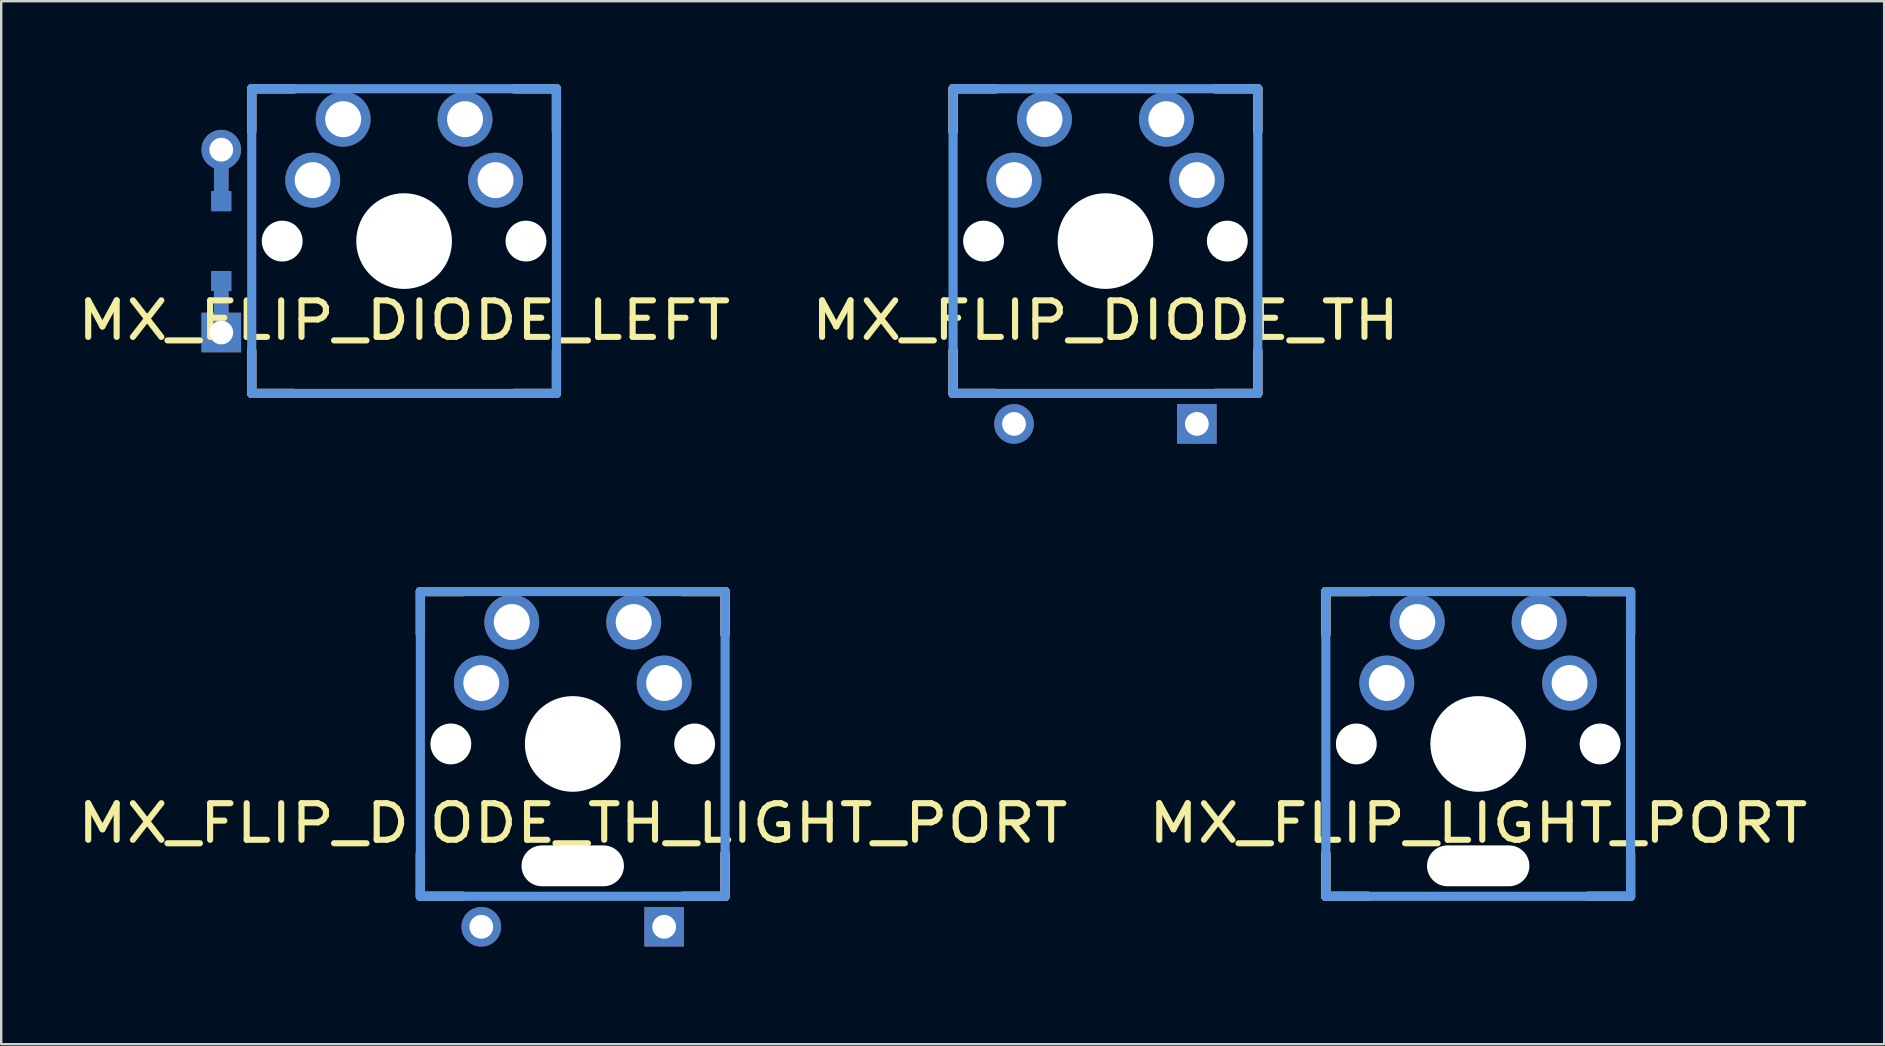
<source format=kicad_pcb>
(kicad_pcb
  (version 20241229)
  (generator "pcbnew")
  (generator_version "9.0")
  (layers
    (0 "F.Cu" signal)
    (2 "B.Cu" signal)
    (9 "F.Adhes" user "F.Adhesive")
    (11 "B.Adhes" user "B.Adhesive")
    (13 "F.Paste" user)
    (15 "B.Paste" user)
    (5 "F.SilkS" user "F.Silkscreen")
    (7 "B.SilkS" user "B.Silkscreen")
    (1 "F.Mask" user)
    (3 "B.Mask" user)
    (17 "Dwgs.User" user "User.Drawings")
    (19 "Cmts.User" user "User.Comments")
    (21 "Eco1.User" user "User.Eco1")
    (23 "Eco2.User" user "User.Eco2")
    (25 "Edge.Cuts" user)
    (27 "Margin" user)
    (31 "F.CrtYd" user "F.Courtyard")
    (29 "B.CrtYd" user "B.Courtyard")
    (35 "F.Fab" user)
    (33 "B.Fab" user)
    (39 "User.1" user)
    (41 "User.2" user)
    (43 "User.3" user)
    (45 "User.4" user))
  (footprint "MX_FLIP_LIGHT_PORT"
    (layer "F.Cu")
    (at 58.558 27.956)
    (property "Reference" "MX_FLIP_LIGHT_PORT" (at 0 3.302 0) (layer "F.SilkS") (effects (font (size 1.524 1.778) (thickness 0.254))))
    (attr through_hole)
    (fp_line (start -6.35 -6.35) (end -4.572 -6.35) (stroke (width 0.381) (type solid)) (layer "F.SilkS"))
    (fp_line (start -6.35 -4.572) (end -6.35 -6.35) (stroke (width 0.381) (type solid)) (layer "F.SilkS"))
    (fp_line (start -6.35 6.35) (end -6.35 4.572) (stroke (width 0.381) (type solid)) (layer "F.SilkS"))
    (fp_line (start -4.572 6.35) (end -6.35 6.35) (stroke (width 0.381) (type solid)) (layer "F.SilkS"))
    (fp_line (start 4.572 -6.35) (end 6.35 -6.35) (stroke (width 0.381) (type solid)) (layer "F.SilkS"))
    (fp_line (start 6.35 -6.35) (end 6.35 -4.572) (stroke (width 0.381) (type solid)) (layer "F.SilkS"))
    (fp_line (start 6.35 4.572) (end 6.35 6.35) (stroke (width 0.381) (type solid)) (layer "F.SilkS"))
    (fp_line (start 6.35 6.35) (end 4.572 6.35) (stroke (width 0.381) (type solid)) (layer "F.SilkS"))
    (fp_line (start -6.35 -6.35) (end -4.572 -6.35) (stroke (width 0.381) (type solid)) (layer "B.SilkS"))
    (fp_line (start -6.35 -4.572) (end -6.35 -6.35) (stroke (width 0.381) (type solid)) (layer "B.SilkS"))
    (fp_line (start -6.35 6.35) (end -6.35 4.572) (stroke (width 0.381) (type solid)) (layer "B.SilkS"))
    (fp_line (start -4.572 6.35) (end -6.35 6.35) (stroke (width 0.381) (type solid)) (layer "B.SilkS"))
    (fp_line (start 4.572 -6.35) (end 6.35 -6.35) (stroke (width 0.381) (type solid)) (layer "B.SilkS"))
    (fp_line (start 6.35 -6.35) (end 6.35 -4.572) (stroke (width 0.381) (type solid)) (layer "B.SilkS"))
    (fp_line (start 6.35 4.572) (end 6.35 6.35) (stroke (width 0.381) (type solid)) (layer "B.SilkS"))
    (fp_line (start 6.35 6.35) (end 4.572 6.35) (stroke (width 0.381) (type solid)) (layer "B.SilkS"))
    (fp_line (start -6.35 -6.35) (end 6.35 -6.35) (stroke (width 0.381) (type solid)) (layer "Cmts.User"))
    (fp_line (start -6.35 6.35) (end -6.35 -6.35) (stroke (width 0.381) (type solid)) (layer "Cmts.User"))
    (fp_line (start 6.35 -6.35) (end 6.35 6.35) (stroke (width 0.381) (type solid)) (layer "Cmts.User"))
    (fp_line (start 6.35 6.35) (end -6.35 6.35) (stroke (width 0.381) (type solid)) (layer "Cmts.User"))
    (fp_line (start -9.5 -9.5) (end 9.5 -9.5) (stroke (width 0.025) (type solid)) (layer "Eco2.User"))
    (fp_line (start -9.5 9.5) (end -9.5 -9.5) (stroke (width 0.025) (type solid)) (layer "Eco2.User"))
    (fp_line (start -7 -7) (end -7 7) (stroke (width 0.025) (type solid)) (layer "Eco2.User"))
    (fp_line (start -7 -7) (end 7 -7) (stroke (width 0.025) (type solid)) (layer "Eco2.User"))
    (fp_line (start 7 -7) (end 7 7) (stroke (width 0.025) (type solid)) (layer "Eco2.User"))
    (fp_line (start 7 7) (end -7 7) (stroke (width 0.025) (type solid)) (layer "Eco2.User"))
    (fp_line (start 9.5 -9.5) (end 9.5 9.5) (stroke (width 0.025) (type solid)) (layer "Eco2.User"))
    (fp_line (start 9.5 9.5) (end -9.5 9.5) (stroke (width 0.025) (type solid)) (layer "Eco2.User"))
    (pad "" np_thru_hole circle (at -5.08 0) (size 1.702 1.702) (drill 1.702) (layers "*.Cu" "*.Mask"))
    (pad "" np_thru_hole circle (at 0 0) (size 3.988 3.988) (drill 3.988) (layers "*.Cu" "*.Mask"))
    (pad "" np_thru_hole oval (at 0 5.08) (size 4.267 1.702) (drill oval 4.267 1.702) (layers "*.Cu" "*.Mask"))
    (pad "" np_thru_hole circle (at 5.08 0) (size 1.702 1.702) (drill 1.702) (layers "*.Cu" "*.Mask"))
    (pad "1" thru_hole circle (at 2.54 -5.08) (size 2.286 2.286) (drill 1.499) (layers "*.Cu" "*.Mask"))
    (pad "1" thru_hole circle (at 3.81 -2.54) (size 2.286 2.286) (drill 1.499) (layers "*.Cu" "*.Mask"))
    (pad "2" thru_hole circle (at -3.81 -2.54) (size 2.286 2.286) (drill 1.499) (layers "*.Cu" "*.Mask"))
    (pad "2" thru_hole circle (at -2.54 -5.08) (size 2.286 2.286) (drill 1.499) (layers "*.Cu" "*.Mask")))
  (footprint "MX_FLIP_DIODE_LEFT"
    (layer "F.Cu")
    (at 13.792 6.998)
    (property "Reference" "MX_FLIP_DIODE_LEFT" (at 0 3.302 0) (layer "F.SilkS") (effects (font (size 1.524 1.778) (thickness 0.254))))
    (attr through_hole)
    (fp_line (start -7.62 -3.81) (end -7.62 -1.664) (stroke (width 0.61) (type solid)) (layer "F.Cu"))
    (fp_line (start -7.62 1.664) (end -7.62 3.81) (stroke (width 0.61) (type solid)) (layer "F.Cu"))
    (fp_line (start -7.62 -3.81) (end -7.62 -1.664) (stroke (width 0.61) (type solid)) (layer "B.Cu"))
    (fp_line (start -7.62 1.664) (end -7.62 3.81) (stroke (width 0.61) (type solid)) (layer "B.Cu"))
    (fp_line (start -6.35 -6.35) (end -4.572 -6.35) (stroke (width 0.381) (type solid)) (layer "F.SilkS"))
    (fp_line (start -6.35 -4.572) (end -6.35 -6.35) (stroke (width 0.381) (type solid)) (layer "F.SilkS"))
    (fp_line (start -6.35 6.35) (end -6.35 4.572) (stroke (width 0.381) (type solid)) (layer "F.SilkS"))
    (fp_line (start -4.572 6.35) (end -6.35 6.35) (stroke (width 0.381) (type solid)) (layer "F.SilkS"))
    (fp_line (start 4.572 -6.35) (end 6.35 -6.35) (stroke (width 0.381) (type solid)) (layer "F.SilkS"))
    (fp_line (start 6.35 -6.35) (end 6.35 -4.572) (stroke (width 0.381) (type solid)) (layer "F.SilkS"))
    (fp_line (start 6.35 4.572) (end 6.35 6.35) (stroke (width 0.381) (type solid)) (layer "F.SilkS"))
    (fp_line (start 6.35 6.35) (end 4.572 6.35) (stroke (width 0.381) (type solid)) (layer "F.SilkS"))
    (fp_line (start -6.35 -6.35) (end -4.572 -6.35) (stroke (width 0.381) (type solid)) (layer "B.SilkS"))
    (fp_line (start -6.35 -4.572) (end -6.35 -6.35) (stroke (width 0.381) (type solid)) (layer "B.SilkS"))
    (fp_line (start -6.35 6.35) (end -6.35 4.572) (stroke (width 0.381) (type solid)) (layer "B.SilkS"))
    (fp_line (start -4.572 6.35) (end -6.35 6.35) (stroke (width 0.381) (type solid)) (layer "B.SilkS"))
    (fp_line (start 4.572 -6.35) (end 6.35 -6.35) (stroke (width 0.381) (type solid)) (layer "B.SilkS"))
    (fp_line (start 6.35 -6.35) (end 6.35 -4.572) (stroke (width 0.381) (type solid)) (layer "B.SilkS"))
    (fp_line (start 6.35 4.572) (end 6.35 6.35) (stroke (width 0.381) (type solid)) (layer "B.SilkS"))
    (fp_line (start 6.35 6.35) (end 4.572 6.35) (stroke (width 0.381) (type solid)) (layer "B.SilkS"))
    (fp_line (start -6.35 -6.35) (end 6.35 -6.35) (stroke (width 0.381) (type solid)) (layer "Cmts.User"))
    (fp_line (start -6.35 6.35) (end -6.35 -6.35) (stroke (width 0.381) (type solid)) (layer "Cmts.User"))
    (fp_line (start 6.35 -6.35) (end 6.35 6.35) (stroke (width 0.381) (type solid)) (layer "Cmts.User"))
    (fp_line (start 6.35 6.35) (end -6.35 6.35) (stroke (width 0.381) (type solid)) (layer "Cmts.User"))
    (fp_line (start -6.985 -6.985) (end 6.985 -6.985) (stroke (width 0.025) (type solid)) (layer "Eco2.User"))
    (fp_line (start -6.985 6.985) (end -6.985 -6.985) (stroke (width 0.025) (type solid)) (layer "Eco2.User"))
    (fp_line (start 6.985 -6.985) (end 6.985 6.985) (stroke (width 0.025) (type solid)) (layer "Eco2.User"))
    (fp_line (start 6.985 6.985) (end -6.985 6.985) (stroke (width 0.025) (type solid)) (layer "Eco2.User"))
    (pad "" np_thru_hole circle (at -5.08 0) (size 1.702 1.702) (drill 1.702) (layers "*.Cu" "*.Mask"))
    (pad "" np_thru_hole circle (at 0 0) (size 3.988 3.988) (drill 3.988) (layers "*.Cu" "*.Mask"))
    (pad "" np_thru_hole circle (at 5.08 0) (size 1.702 1.702) (drill 1.702) (layers "*.Cu" "*.Mask"))
    (pad "1" thru_hole circle (at 2.54 -5.08) (size 2.286 2.286) (drill 1.499) (layers "*.Cu" "*.Mask"))
    (pad "1" thru_hole circle (at 3.81 -2.54) (size 2.286 2.286) (drill 1.499) (layers "*.Cu" "*.Mask"))
    (pad "2" thru_hole circle (at -3.81 -2.54) (size 2.286 2.286) (drill 1.499) (layers "*.Cu" "*.Mask"))
    (pad "2" thru_hole circle (at -2.54 -5.08) (size 2.286 2.286) (drill 1.499) (layers "*.Cu" "*.Mask"))
    (pad "3" thru_hole circle (at -7.62 -3.81 270) (size 1.651 1.651) (drill 0.991) (layers "*.Cu" "*.Mask"))
    (pad "4" thru_hole rect (at -7.62 3.81 270) (size 1.651 1.651) (drill 0.991) (layers "*.Cu" "*.Mask"))
    (pad "99" smd rect (at -7.62 -1.664 270) (size 0.838 0.838) (layers "F.Cu" "F.Mask" "F.Paste"))
    (pad "99" smd rect (at -7.62 -1.664 270) (size 0.838 0.838) (layers "B.Cu" "B.Mask" "B.Paste"))
    (pad "99" smd rect (at -7.62 1.664 270) (size 0.838 0.838) (layers "F.Cu" "F.Mask" "F.Paste"))
    (pad "99" smd rect (at -7.62 1.664 270) (size 0.838 0.838) (layers "B.Cu" "B.Mask" "B.Paste")))
  (footprint "MX_FLIP_DIODE_TH"
    (layer "F.Cu")
    (at 43.022 6.998)
    (property "Reference" "MX_FLIP_DIODE_TH" (at 0 3.302 0) (layer "F.SilkS") (effects (font (size 1.524 1.778) (thickness 0.254))))
    (attr through_hole)
    (fp_line (start -6.35 -6.35) (end -4.572 -6.35) (stroke (width 0.381) (type solid)) (layer "F.SilkS"))
    (fp_line (start -6.35 -4.572) (end -6.35 -6.35) (stroke (width 0.381) (type solid)) (layer "F.SilkS"))
    (fp_line (start -6.35 6.35) (end -6.35 4.572) (stroke (width 0.381) (type solid)) (layer "F.SilkS"))
    (fp_line (start -4.572 6.35) (end -6.35 6.35) (stroke (width 0.381) (type solid)) (layer "F.SilkS"))
    (fp_line (start 4.572 -6.35) (end 6.35 -6.35) (stroke (width 0.381) (type solid)) (layer "F.SilkS"))
    (fp_line (start 6.35 -6.35) (end 6.35 -4.572) (stroke (width 0.381) (type solid)) (layer "F.SilkS"))
    (fp_line (start 6.35 4.572) (end 6.35 6.35) (stroke (width 0.381) (type solid)) (layer "F.SilkS"))
    (fp_line (start 6.35 6.35) (end 4.572 6.35) (stroke (width 0.381) (type solid)) (layer "F.SilkS"))
    (fp_line (start -6.35 -6.35) (end -4.572 -6.35) (stroke (width 0.381) (type solid)) (layer "B.SilkS"))
    (fp_line (start -6.35 -4.572) (end -6.35 -6.35) (stroke (width 0.381) (type solid)) (layer "B.SilkS"))
    (fp_line (start -6.35 6.35) (end -6.35 4.572) (stroke (width 0.381) (type solid)) (layer "B.SilkS"))
    (fp_line (start -4.572 6.35) (end -6.35 6.35) (stroke (width 0.381) (type solid)) (layer "B.SilkS"))
    (fp_line (start 4.572 -6.35) (end 6.35 -6.35) (stroke (width 0.381) (type solid)) (layer "B.SilkS"))
    (fp_line (start 6.35 -6.35) (end 6.35 -4.572) (stroke (width 0.381) (type solid)) (layer "B.SilkS"))
    (fp_line (start 6.35 4.572) (end 6.35 6.35) (stroke (width 0.381) (type solid)) (layer "B.SilkS"))
    (fp_line (start 6.35 6.35) (end 4.572 6.35) (stroke (width 0.381) (type solid)) (layer "B.SilkS"))
    (fp_line (start -6.35 -6.35) (end 6.35 -6.35) (stroke (width 0.381) (type solid)) (layer "Cmts.User"))
    (fp_line (start -6.35 6.35) (end -6.35 -6.35) (stroke (width 0.381) (type solid)) (layer "Cmts.User"))
    (fp_line (start 6.35 -6.35) (end 6.35 6.35) (stroke (width 0.381) (type solid)) (layer "Cmts.User"))
    (fp_line (start 6.35 6.35) (end -6.35 6.35) (stroke (width 0.381) (type solid)) (layer "Cmts.User"))
    (fp_line (start -7.798 -6.005) (end -6.985 -6.005) (stroke (width 0.152) (type solid)) (layer "Eco2.User"))
    (fp_line (start -7.798 -2.504) (end -7.798 -6.005) (stroke (width 0.152) (type solid)) (layer "Eco2.User"))
    (fp_line (start -7.798 2.504) (end -6.985 2.504) (stroke (width 0.152) (type solid)) (layer "Eco2.User"))
    (fp_line (start -7.798 6.005) (end -7.798 2.504) (stroke (width 0.152) (type solid)) (layer "Eco2.User"))
    (fp_line (start -6.985 -6.985) (end 6.985 -6.985) (stroke (width 0.025) (type solid)) (layer "Eco2.User"))
    (fp_line (start -6.985 -6.005) (end -6.985 -6.985) (stroke (width 0.025) (type solid)) (layer "Eco2.User"))
    (fp_line (start -6.985 -2.504) (end -7.798 -2.504) (stroke (width 0.152) (type solid)) (layer "Eco2.User"))
    (fp_line (start -6.985 2.504) (end -6.985 -2.504) (stroke (width 0.152) (type solid)) (layer "Eco2.User"))
    (fp_line (start -6.985 6.005) (end -7.798 6.005) (stroke (width 0.152) (type solid)) (layer "Eco2.User"))
    (fp_line (start -6.985 6.985) (end -6.985 6.005) (stroke (width 0.025) (type solid)) (layer "Eco2.User"))
    (fp_line (start 6.985 -6.985) (end 6.985 -6.005) (stroke (width 0.025) (type solid)) (layer "Eco2.User"))
    (fp_line (start 6.985 -6.005) (end 7.798 -6.005) (stroke (width 0.152) (type solid)) (layer "Eco2.User"))
    (fp_line (start 6.985 -2.504) (end 6.985 2.504) (stroke (width 0.152) (type solid)) (layer "Eco2.User"))
    (fp_line (start 6.985 2.504) (end 7.798 2.504) (stroke (width 0.152) (type solid)) (layer "Eco2.User"))
    (fp_line (start 6.985 6.005) (end 6.985 6.985) (stroke (width 0.025) (type solid)) (layer "Eco2.User"))
    (fp_line (start 6.985 6.985) (end -6.985 6.985) (stroke (width 0.025) (type solid)) (layer "Eco2.User"))
    (fp_line (start 7.798 -6.005) (end 7.798 -2.504) (stroke (width 0.152) (type solid)) (layer "Eco2.User"))
    (fp_line (start 7.798 -2.504) (end 6.985 -2.504) (stroke (width 0.152) (type solid)) (layer "Eco2.User"))
    (fp_line (start 7.798 2.504) (end 7.798 6.005) (stroke (width 0.152) (type solid)) (layer "Eco2.User"))
    (fp_line (start 7.798 6.005) (end 6.985 6.005) (stroke (width 0.152) (type solid)) (layer "Eco2.User"))
    (pad "" np_thru_hole circle (at -5.08 0) (size 1.702 1.702) (drill 1.702) (layers "*.Cu" "*.Mask"))
    (pad "" np_thru_hole circle (at 0 0) (size 3.988 3.988) (drill 3.988) (layers "*.Cu" "*.Mask"))
    (pad "" np_thru_hole circle (at 5.08 0) (size 1.702 1.702) (drill 1.702) (layers "*.Cu" "*.Mask"))
    (pad "1" thru_hole circle (at 2.54 -5.08) (size 2.286 2.286) (drill 1.499) (layers "*.Cu" "*.Mask"))
    (pad "1" thru_hole circle (at 3.81 -2.54) (size 2.286 2.286) (drill 1.499) (layers "*.Cu" "*.Mask"))
    (pad "2" thru_hole circle (at -3.81 -2.54) (size 2.286 2.286) (drill 1.499) (layers "*.Cu" "*.Mask"))
    (pad "2" thru_hole circle (at -2.54 -5.08) (size 2.286 2.286) (drill 1.499) (layers "*.Cu" "*.Mask"))
    (pad "3" thru_hole circle (at -3.81 7.62) (size 1.651 1.651) (drill 0.991) (layers "*.Cu" "*.Mask"))
    (pad "4" thru_hole rect (at 3.81 7.62) (size 1.651 1.651) (drill 0.991) (layers "*.Cu" "*.Mask")))
  (footprint "MX_FLIP_DIODE_TH_LIGHT_PORT"
    (layer "F.Cu")
    (at 20.82 27.956)
    (property "Reference" "MX_FLIP_DIODE_TH_LIGHT_PORT" (at 0 3.302 0) (layer "F.SilkS") (effects (font (size 1.524 1.778) (thickness 0.254))))
    (attr through_hole)
    (fp_line (start -6.35 -6.35) (end -4.572 -6.35) (stroke (width 0.381) (type solid)) (layer "F.SilkS"))
    (fp_line (start -6.35 -4.572) (end -6.35 -6.35) (stroke (width 0.381) (type solid)) (layer "F.SilkS"))
    (fp_line (start -6.35 6.35) (end -6.35 4.572) (stroke (width 0.381) (type solid)) (layer "F.SilkS"))
    (fp_line (start -4.572 6.35) (end -6.35 6.35) (stroke (width 0.381) (type solid)) (layer "F.SilkS"))
    (fp_line (start 4.572 -6.35) (end 6.35 -6.35) (stroke (width 0.381) (type solid)) (layer "F.SilkS"))
    (fp_line (start 6.35 -6.35) (end 6.35 -4.572) (stroke (width 0.381) (type solid)) (layer "F.SilkS"))
    (fp_line (start 6.35 4.572) (end 6.35 6.35) (stroke (width 0.381) (type solid)) (layer "F.SilkS"))
    (fp_line (start 6.35 6.35) (end 4.572 6.35) (stroke (width 0.381) (type solid)) (layer "F.SilkS"))
    (fp_line (start -6.35 -6.35) (end -4.572 -6.35) (stroke (width 0.381) (type solid)) (layer "B.SilkS"))
    (fp_line (start -6.35 -4.572) (end -6.35 -6.35) (stroke (width 0.381) (type solid)) (layer "B.SilkS"))
    (fp_line (start -6.35 6.35) (end -6.35 4.572) (stroke (width 0.381) (type solid)) (layer "B.SilkS"))
    (fp_line (start -4.572 6.35) (end -6.35 6.35) (stroke (width 0.381) (type solid)) (layer "B.SilkS"))
    (fp_line (start 4.572 -6.35) (end 6.35 -6.35) (stroke (width 0.381) (type solid)) (layer "B.SilkS"))
    (fp_line (start 6.35 -6.35) (end 6.35 -4.572) (stroke (width 0.381) (type solid)) (layer "B.SilkS"))
    (fp_line (start 6.35 4.572) (end 6.35 6.35) (stroke (width 0.381) (type solid)) (layer "B.SilkS"))
    (fp_line (start 6.35 6.35) (end 4.572 6.35) (stroke (width 0.381) (type solid)) (layer "B.SilkS"))
    (fp_line (start -6.35 -6.35) (end 6.35 -6.35) (stroke (width 0.381) (type solid)) (layer "Cmts.User"))
    (fp_line (start -6.35 6.35) (end -6.35 -6.35) (stroke (width 0.381) (type solid)) (layer "Cmts.User"))
    (fp_line (start 6.35 -6.35) (end 6.35 6.35) (stroke (width 0.381) (type solid)) (layer "Cmts.User"))
    (fp_line (start 6.35 6.35) (end -6.35 6.35) (stroke (width 0.381) (type solid)) (layer "Cmts.User"))
    (fp_line (start -9.5 -9.5) (end 9.5 -9.5) (stroke (width 0.025) (type solid)) (layer "Eco2.User"))
    (fp_line (start -9.5 9.5) (end -9.5 -9.5) (stroke (width 0.025) (type solid)) (layer "Eco2.User"))
    (fp_line (start -7 -7) (end -7 7) (stroke (width 0.025) (type solid)) (layer "Eco2.User"))
    (fp_line (start -7 -7) (end 7 -7) (stroke (width 0.025) (type solid)) (layer "Eco2.User"))
    (fp_line (start 7 -7) (end 7 7) (stroke (width 0.025) (type solid)) (layer "Eco2.User"))
    (fp_line (start 7 7) (end -7 7) (stroke (width 0.025) (type solid)) (layer "Eco2.User"))
    (fp_line (start 9.5 -9.5) (end 9.5 9.5) (stroke (width 0.025) (type solid)) (layer "Eco2.User"))
    (fp_line (start 9.5 9.5) (end -9.5 9.5) (stroke (width 0.025) (type solid)) (layer "Eco2.User"))
    (pad "" np_thru_hole circle (at -5.08 0) (size 1.702 1.702) (drill 1.702) (layers "*.Cu" "*.Mask"))
    (pad "" np_thru_hole circle (at 0 0) (size 3.988 3.988) (drill 3.988) (layers "*.Cu" "*.Mask"))
    (pad "" np_thru_hole oval (at 0 5.08) (size 4.267 1.702) (drill oval 4.267 1.702) (layers "*.Cu" "*.Mask"))
    (pad "" np_thru_hole circle (at 5.08 0) (size 1.702 1.702) (drill 1.702) (layers "*.Cu" "*.Mask"))
    (pad "1" thru_hole circle (at 2.54 -5.08) (size 2.286 2.286) (drill 1.499) (layers "*.Cu" "*.Mask"))
    (pad "1" thru_hole circle (at 3.81 -2.54) (size 2.286 2.286) (drill 1.499) (layers "*.Cu" "*.Mask"))
    (pad "2" thru_hole circle (at -3.81 -2.54) (size 2.286 2.286) (drill 1.499) (layers "*.Cu" "*.Mask"))
    (pad "2" thru_hole circle (at -2.54 -5.08) (size 2.286 2.286) (drill 1.499) (layers "*.Cu" "*.Mask"))
    (pad "3" thru_hole circle (at -3.81 7.62) (size 1.651 1.651) (drill 0.991) (layers "*.Cu" "*.Mask"))
    (pad "4" thru_hole rect (at 3.81 7.62) (size 1.651 1.651) (drill 0.991) (layers "*.Cu" "*.Mask")))
  (gr_rect
    (start -3 -3)
    (end 75.477 40.469)
    (stroke (width 0.1) (type default))
    (fill no)
    (layer "Edge.Cuts")))
</source>
